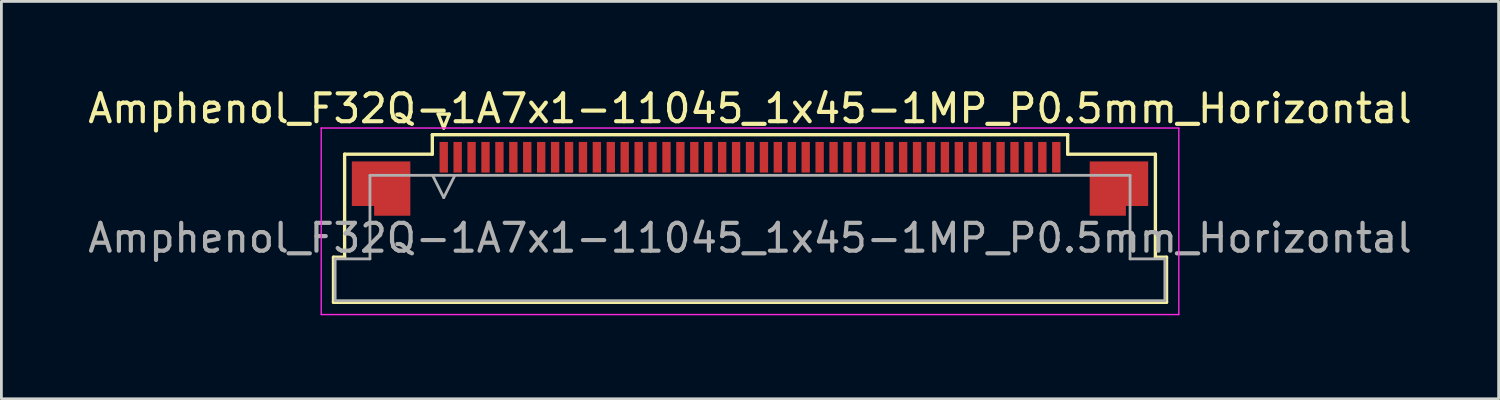
<source format=kicad_pcb>
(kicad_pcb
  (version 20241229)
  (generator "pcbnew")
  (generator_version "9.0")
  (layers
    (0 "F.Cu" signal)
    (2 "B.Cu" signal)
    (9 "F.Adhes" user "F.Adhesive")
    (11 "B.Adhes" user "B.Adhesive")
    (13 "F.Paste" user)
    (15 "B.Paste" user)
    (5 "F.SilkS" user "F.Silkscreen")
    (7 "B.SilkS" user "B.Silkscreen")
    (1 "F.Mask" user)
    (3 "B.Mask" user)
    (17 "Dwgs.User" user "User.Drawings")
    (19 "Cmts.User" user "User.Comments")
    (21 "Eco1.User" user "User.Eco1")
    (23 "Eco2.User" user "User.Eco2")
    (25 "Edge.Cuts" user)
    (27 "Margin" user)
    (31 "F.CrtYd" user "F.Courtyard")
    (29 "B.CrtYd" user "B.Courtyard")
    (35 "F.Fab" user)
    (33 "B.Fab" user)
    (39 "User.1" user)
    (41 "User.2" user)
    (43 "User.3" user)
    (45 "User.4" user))
  (footprint "Amphenol_F32Q-1A7x1-11045_1x45-1MP_P0.5mm_Horizontal"
    (layer "F.Cu")
    (at 23.887 5.498)
    (property "Reference" "Amphenol_F32Q-1A7x1-11045_1x45-1MP_P0.5mm_Horizontal" (at 0 -4.65 0) (layer "F.SilkS") (effects (font (size 1 1) (thickness 0.15))))
    (attr smd)
    (fp_line (start -14.96 0.69) (end -14.56 0.69) (stroke (width 0.12) (type solid)) (layer "F.SilkS"))
    (fp_line (start -14.96 2.31) (end -14.96 0.69) (stroke (width 0.12) (type solid)) (layer "F.SilkS"))
    (fp_line (start -14.56 -3.01) (end -11.41 -3.01) (stroke (width 0.12) (type solid)) (layer "F.SilkS"))
    (fp_line (start -14.56 0.69) (end -14.56 -3.01) (stroke (width 0.12) (type solid)) (layer "F.SilkS"))
    (fp_line (start -11.41 -3.71) (end 11.41 -3.71) (stroke (width 0.12) (type solid)) (layer "F.SilkS"))
    (fp_line (start -11.41 -3.01) (end -11.41 -3.71) (stroke (width 0.12) (type solid)) (layer "F.SilkS"))
    (fp_line (start -11.2 -4.45) (end -11 -3.95) (stroke (width 0.12) (type solid)) (layer "F.SilkS"))
    (fp_line (start -11 -3.95) (end -10.8 -4.45) (stroke (width 0.12) (type solid)) (layer "F.SilkS"))
    (fp_line (start -10.8 -4.45) (end -11.2 -4.45) (stroke (width 0.12) (type solid)) (layer "F.SilkS"))
    (fp_line (start 11.41 -3.71) (end 11.41 -3.01) (stroke (width 0.12) (type solid)) (layer "F.SilkS"))
    (fp_line (start 11.41 -3.01) (end 14.56 -3.01) (stroke (width 0.12) (type solid)) (layer "F.SilkS"))
    (fp_line (start 14.56 -3.01) (end 14.56 0.69) (stroke (width 0.12) (type solid)) (layer "F.SilkS"))
    (fp_line (start 14.56 0.69) (end 14.96 0.69) (stroke (width 0.12) (type solid)) (layer "F.SilkS"))
    (fp_line (start 14.96 0.69) (end 14.96 2.31) (stroke (width 0.12) (type solid)) (layer "F.SilkS"))
    (fp_line (start 14.96 2.31) (end -14.96 2.31) (stroke (width 0.12) (type solid)) (layer "F.SilkS"))
    (fp_line (start -15.4 -3.95) (end -15.4 2.75) (stroke (width 0.05) (type solid)) (layer "F.CrtYd"))
    (fp_line (start -15.4 2.75) (end 15.4 2.75) (stroke (width 0.05) (type solid)) (layer "F.CrtYd"))
    (fp_line (start 15.4 -3.95) (end -15.4 -3.95) (stroke (width 0.05) (type solid)) (layer "F.CrtYd"))
    (fp_line (start 15.4 2.75) (end 15.4 -3.95) (stroke (width 0.05) (type solid)) (layer "F.CrtYd"))
    (fp_line (start -14.9 0.75) (end -13.65 0.75) (stroke (width 0.1) (type solid)) (layer "F.Fab"))
    (fp_line (start -14.9 2.25) (end -14.9 0.75) (stroke (width 0.1) (type solid)) (layer "F.Fab"))
    (fp_line (start -13.65 -2.25) (end 13.65 -2.25) (stroke (width 0.1) (type solid)) (layer "F.Fab"))
    (fp_line (start -13.65 0.75) (end -13.65 -2.25) (stroke (width 0.1) (type solid)) (layer "F.Fab"))
    (fp_line (start -11.4 -2.25) (end -11 -1.45) (stroke (width 0.1) (type solid)) (layer "F.Fab"))
    (fp_line (start -11 -1.45) (end -10.6 -2.25) (stroke (width 0.1) (type solid)) (layer "F.Fab"))
    (fp_line (start 13.65 -2.25) (end 13.65 0.75) (stroke (width 0.1) (type solid)) (layer "F.Fab"))
    (fp_line (start 13.65 0.75) (end 14.9 0.75) (stroke (width 0.1) (type solid)) (layer "F.Fab"))
    (fp_line (start 14.9 0.75) (end 14.9 2.25) (stroke (width 0.1) (type solid)) (layer "F.Fab"))
    (fp_line (start 14.9 2.25) (end -14.9 2.25) (stroke (width 0.1) (type solid)) (layer "F.Fab"))
    (fp_text user "${REFERENCE}" (at 0 0 0) (layer "F.Fab") (effects (font (size 1 1) (thickness 0.15))))
    (pad "1" smd rect (at -11 -2.9) (size 0.3 1.1) (layers "F.Cu" "F.Mask" "F.Paste"))
    (pad "2" smd rect (at -10.5 -2.9) (size 0.3 1.1) (layers "F.Cu" "F.Mask" "F.Paste"))
    (pad "3" smd rect (at -10 -2.9) (size 0.3 1.1) (layers "F.Cu" "F.Mask" "F.Paste"))
    (pad "4" smd rect (at -9.5 -2.9) (size 0.3 1.1) (layers "F.Cu" "F.Mask" "F.Paste"))
    (pad "5" smd rect (at -9 -2.9) (size 0.3 1.1) (layers "F.Cu" "F.Mask" "F.Paste"))
    (pad "6" smd rect (at -8.5 -2.9) (size 0.3 1.1) (layers "F.Cu" "F.Mask" "F.Paste"))
    (pad "7" smd rect (at -8 -2.9) (size 0.3 1.1) (layers "F.Cu" "F.Mask" "F.Paste"))
    (pad "8" smd rect (at -7.5 -2.9) (size 0.3 1.1) (layers "F.Cu" "F.Mask" "F.Paste"))
    (pad "9" smd rect (at -7 -2.9) (size 0.3 1.1) (layers "F.Cu" "F.Mask" "F.Paste"))
    (pad "10" smd rect (at -6.5 -2.9) (size 0.3 1.1) (layers "F.Cu" "F.Mask" "F.Paste"))
    (pad "11" smd rect (at -6 -2.9) (size 0.3 1.1) (layers "F.Cu" "F.Mask" "F.Paste"))
    (pad "12" smd rect (at -5.5 -2.9) (size 0.3 1.1) (layers "F.Cu" "F.Mask" "F.Paste"))
    (pad "13" smd rect (at -5 -2.9) (size 0.3 1.1) (layers "F.Cu" "F.Mask" "F.Paste"))
    (pad "14" smd rect (at -4.5 -2.9) (size 0.3 1.1) (layers "F.Cu" "F.Mask" "F.Paste"))
    (pad "15" smd rect (at -4 -2.9) (size 0.3 1.1) (layers "F.Cu" "F.Mask" "F.Paste"))
    (pad "16" smd rect (at -3.5 -2.9) (size 0.3 1.1) (layers "F.Cu" "F.Mask" "F.Paste"))
    (pad "17" smd rect (at -3 -2.9) (size 0.3 1.1) (layers "F.Cu" "F.Mask" "F.Paste"))
    (pad "18" smd rect (at -2.5 -2.9) (size 0.3 1.1) (layers "F.Cu" "F.Mask" "F.Paste"))
    (pad "19" smd rect (at -2 -2.9) (size 0.3 1.1) (layers "F.Cu" "F.Mask" "F.Paste"))
    (pad "20" smd rect (at -1.5 -2.9) (size 0.3 1.1) (layers "F.Cu" "F.Mask" "F.Paste"))
    (pad "21" smd rect (at -1 -2.9) (size 0.3 1.1) (layers "F.Cu" "F.Mask" "F.Paste"))
    (pad "22" smd rect (at -0.5 -2.9) (size 0.3 1.1) (layers "F.Cu" "F.Mask" "F.Paste"))
    (pad "23" smd rect (at 0 -2.9) (size 0.3 1.1) (layers "F.Cu" "F.Mask" "F.Paste"))
    (pad "24" smd rect (at 0.5 -2.9) (size 0.3 1.1) (layers "F.Cu" "F.Mask" "F.Paste"))
    (pad "25" smd rect (at 1 -2.9) (size 0.3 1.1) (layers "F.Cu" "F.Mask" "F.Paste"))
    (pad "26" smd rect (at 1.5 -2.9) (size 0.3 1.1) (layers "F.Cu" "F.Mask" "F.Paste"))
    (pad "27" smd rect (at 2 -2.9) (size 0.3 1.1) (layers "F.Cu" "F.Mask" "F.Paste"))
    (pad "28" smd rect (at 2.5 -2.9) (size 0.3 1.1) (layers "F.Cu" "F.Mask" "F.Paste"))
    (pad "29" smd rect (at 3 -2.9) (size 0.3 1.1) (layers "F.Cu" "F.Mask" "F.Paste"))
    (pad "30" smd rect (at 3.5 -2.9) (size 0.3 1.1) (layers "F.Cu" "F.Mask" "F.Paste"))
    (pad "31" smd rect (at 4 -2.9) (size 0.3 1.1) (layers "F.Cu" "F.Mask" "F.Paste"))
    (pad "32" smd rect (at 4.5 -2.9) (size 0.3 1.1) (layers "F.Cu" "F.Mask" "F.Paste"))
    (pad "33" smd rect (at 5 -2.9) (size 0.3 1.1) (layers "F.Cu" "F.Mask" "F.Paste"))
    (pad "34" smd rect (at 5.5 -2.9) (size 0.3 1.1) (layers "F.Cu" "F.Mask" "F.Paste"))
    (pad "35" smd rect (at 6 -2.9) (size 0.3 1.1) (layers "F.Cu" "F.Mask" "F.Paste"))
    (pad "36" smd rect (at 6.5 -2.9) (size 0.3 1.1) (layers "F.Cu" "F.Mask" "F.Paste"))
    (pad "37" smd rect (at 7 -2.9) (size 0.3 1.1) (layers "F.Cu" "F.Mask" "F.Paste"))
    (pad "38" smd rect (at 7.5 -2.9) (size 0.3 1.1) (layers "F.Cu" "F.Mask" "F.Paste"))
    (pad "39" smd rect (at 8 -2.9) (size 0.3 1.1) (layers "F.Cu" "F.Mask" "F.Paste"))
    (pad "40" smd rect (at 8.5 -2.9) (size 0.3 1.1) (layers "F.Cu" "F.Mask" "F.Paste"))
    (pad "41" smd rect (at 9 -2.9) (size 0.3 1.1) (layers "F.Cu" "F.Mask" "F.Paste"))
    (pad "42" smd rect (at 9.5 -2.9) (size 0.3 1.1) (layers "F.Cu" "F.Mask" "F.Paste"))
    (pad "43" smd rect (at 10 -2.9) (size 0.3 1.1) (layers "F.Cu" "F.Mask" "F.Paste"))
    (pad "44" smd rect (at 10.5 -2.9) (size 0.3 1.1) (layers "F.Cu" "F.Mask" "F.Paste"))
    (pad "45" smd rect (at 11 -2.9) (size 0.3 1.1) (layers "F.Cu" "F.Mask" "F.Paste"))
    (pad "MP" smd custom (at -13.25 -1.775) (size 1 1) (layers "F.Cu" "F.Mask" "F.Paste") (options (anchor circle)) (primitives (gr_poly (pts (xy 1.05 -0.975) (xy 1.05 0.975) (xy -0.25 0.975) (xy -0.25 0.625) (xy -1.05 0.625) (xy -1.05 -0.975) (xy 1.05 -0.975)) (width 0) (fill yes))))
    (pad "MP" smd custom (at 13.25 -1.775) (size 1 1) (layers "F.Cu" "F.Mask" "F.Paste") (options (anchor circle)) (primitives (gr_poly (pts (xy -1.05 -0.975) (xy -1.05 0.975) (xy 0.25 0.975) (xy 0.25 0.625) (xy 1.05 0.625) (xy 1.05 -0.975) (xy -1.05 -0.975)) (width 0) (fill yes)))))
  (gr_rect
    (start -3 -3)
    (end 50.774 11.273)
    (stroke (width 0.1) (type default))
    (fill no)
    (layer "Edge.Cuts")))
</source>
